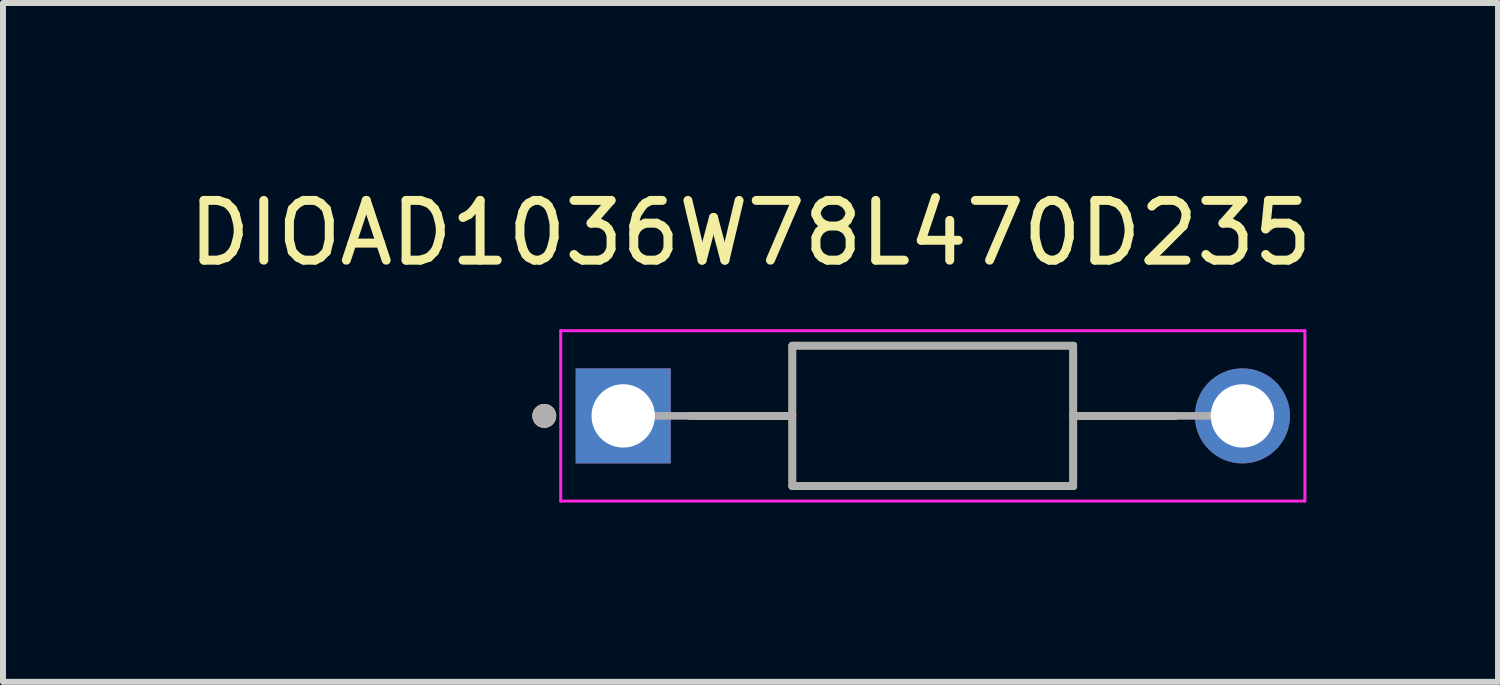
<source format=kicad_pcb>
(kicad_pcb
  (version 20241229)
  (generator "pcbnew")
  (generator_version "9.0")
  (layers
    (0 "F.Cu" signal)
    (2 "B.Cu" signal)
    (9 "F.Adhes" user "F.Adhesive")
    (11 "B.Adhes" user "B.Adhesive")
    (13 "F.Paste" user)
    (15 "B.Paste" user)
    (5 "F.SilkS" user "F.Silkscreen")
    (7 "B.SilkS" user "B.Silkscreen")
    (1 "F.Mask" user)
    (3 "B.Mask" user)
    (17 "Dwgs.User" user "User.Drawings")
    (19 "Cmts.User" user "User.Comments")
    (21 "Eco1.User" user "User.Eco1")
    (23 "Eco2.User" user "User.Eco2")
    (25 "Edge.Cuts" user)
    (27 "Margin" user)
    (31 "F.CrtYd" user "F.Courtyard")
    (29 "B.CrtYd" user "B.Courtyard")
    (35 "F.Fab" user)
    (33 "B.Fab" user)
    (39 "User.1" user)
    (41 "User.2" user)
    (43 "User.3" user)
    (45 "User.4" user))
  (footprint "DIOAD1036W78L470D235"
    (layer "F.Cu")
    (at 12.556 3.908)
    (property "Reference" "DIOAD1036W78L470D235" (at -3.05 -3.06 0) (layer "F.SilkS") (effects (font (size 1 1) (thickness 0.15))))
    (attr through_hole)
    (fp_line (start -2.35 -1.175) (end -2.35 0) (stroke (width 0.127) (type solid)) (layer "F.SilkS"))
    (fp_line (start -2.35 0) (end -4.065 0) (stroke (width 0.127) (type solid)) (layer "F.SilkS"))
    (fp_line (start -2.35 0) (end -2.35 1.175) (stroke (width 0.127) (type solid)) (layer "F.SilkS"))
    (fp_line (start -2.35 1.175) (end 2.35 1.175) (stroke (width 0.127) (type solid)) (layer "F.SilkS"))
    (fp_line (start 2.35 -1.175) (end -2.35 -1.175) (stroke (width 0.127) (type solid)) (layer "F.SilkS"))
    (fp_line (start 2.35 0) (end 2.35 -1.175) (stroke (width 0.127) (type solid)) (layer "F.SilkS"))
    (fp_line (start 2.35 0) (end 4.065 0) (stroke (width 0.127) (type solid)) (layer "F.SilkS"))
    (fp_line (start 2.35 1.175) (end 2.35 0) (stroke (width 0.127) (type solid)) (layer "F.SilkS"))
    (fp_circle (center -6.5 0) (end -6.4 0) (stroke (width 0.2) (type solid)) (fill no) (layer "F.SilkS"))
    (fp_line (start -6.225 -1.425) (end -6.225 1.425) (stroke (width 0.05) (type solid)) (layer "F.CrtYd"))
    (fp_line (start -6.225 1.425) (end 6.225 1.425) (stroke (width 0.05) (type solid)) (layer "F.CrtYd"))
    (fp_line (start 6.225 -1.425) (end -6.225 -1.425) (stroke (width 0.05) (type solid)) (layer "F.CrtYd"))
    (fp_line (start 6.225 1.425) (end 6.225 -1.425) (stroke (width 0.05) (type solid)) (layer "F.CrtYd"))
    (fp_line (start -2.35 -1.175) (end -2.35 0) (stroke (width 0.127) (type solid)) (layer "F.Fab"))
    (fp_line (start -2.35 0) (end -5.18 0) (stroke (width 0.127) (type solid)) (layer "F.Fab"))
    (fp_line (start -2.35 0) (end -2.35 1.175) (stroke (width 0.127) (type solid)) (layer "F.Fab"))
    (fp_line (start -2.35 1.175) (end 2.35 1.175) (stroke (width 0.127) (type solid)) (layer "F.Fab"))
    (fp_line (start 2.35 -1.175) (end -2.35 -1.175) (stroke (width 0.127) (type solid)) (layer "F.Fab"))
    (fp_line (start 2.35 0) (end 2.35 -1.175) (stroke (width 0.127) (type solid)) (layer "F.Fab"))
    (fp_line (start 2.35 0) (end 5.18 0) (stroke (width 0.127) (type solid)) (layer "F.Fab"))
    (fp_line (start 2.35 1.175) (end 2.35 0) (stroke (width 0.127) (type solid)) (layer "F.Fab"))
    (fp_circle (center -6.5 0) (end -6.4 0) (stroke (width 0.2) (type solid)) (fill no) (layer "F.Fab"))
    (pad "A" thru_hole circle (at 5.18 0) (size 1.59 1.59) (drill 1.06) (layers "*.Cu" "*.Mask"))
    (pad "C" thru_hole rect (at -5.18 0) (size 1.59 1.59) (drill 1.06) (layers "*.Cu" "*.Mask")))
  (gr_rect
    (start -3 -3)
    (end 22.012 8.358)
    (stroke (width 0.1) (type default))
    (fill no)
    (layer "Edge.Cuts")))
</source>
